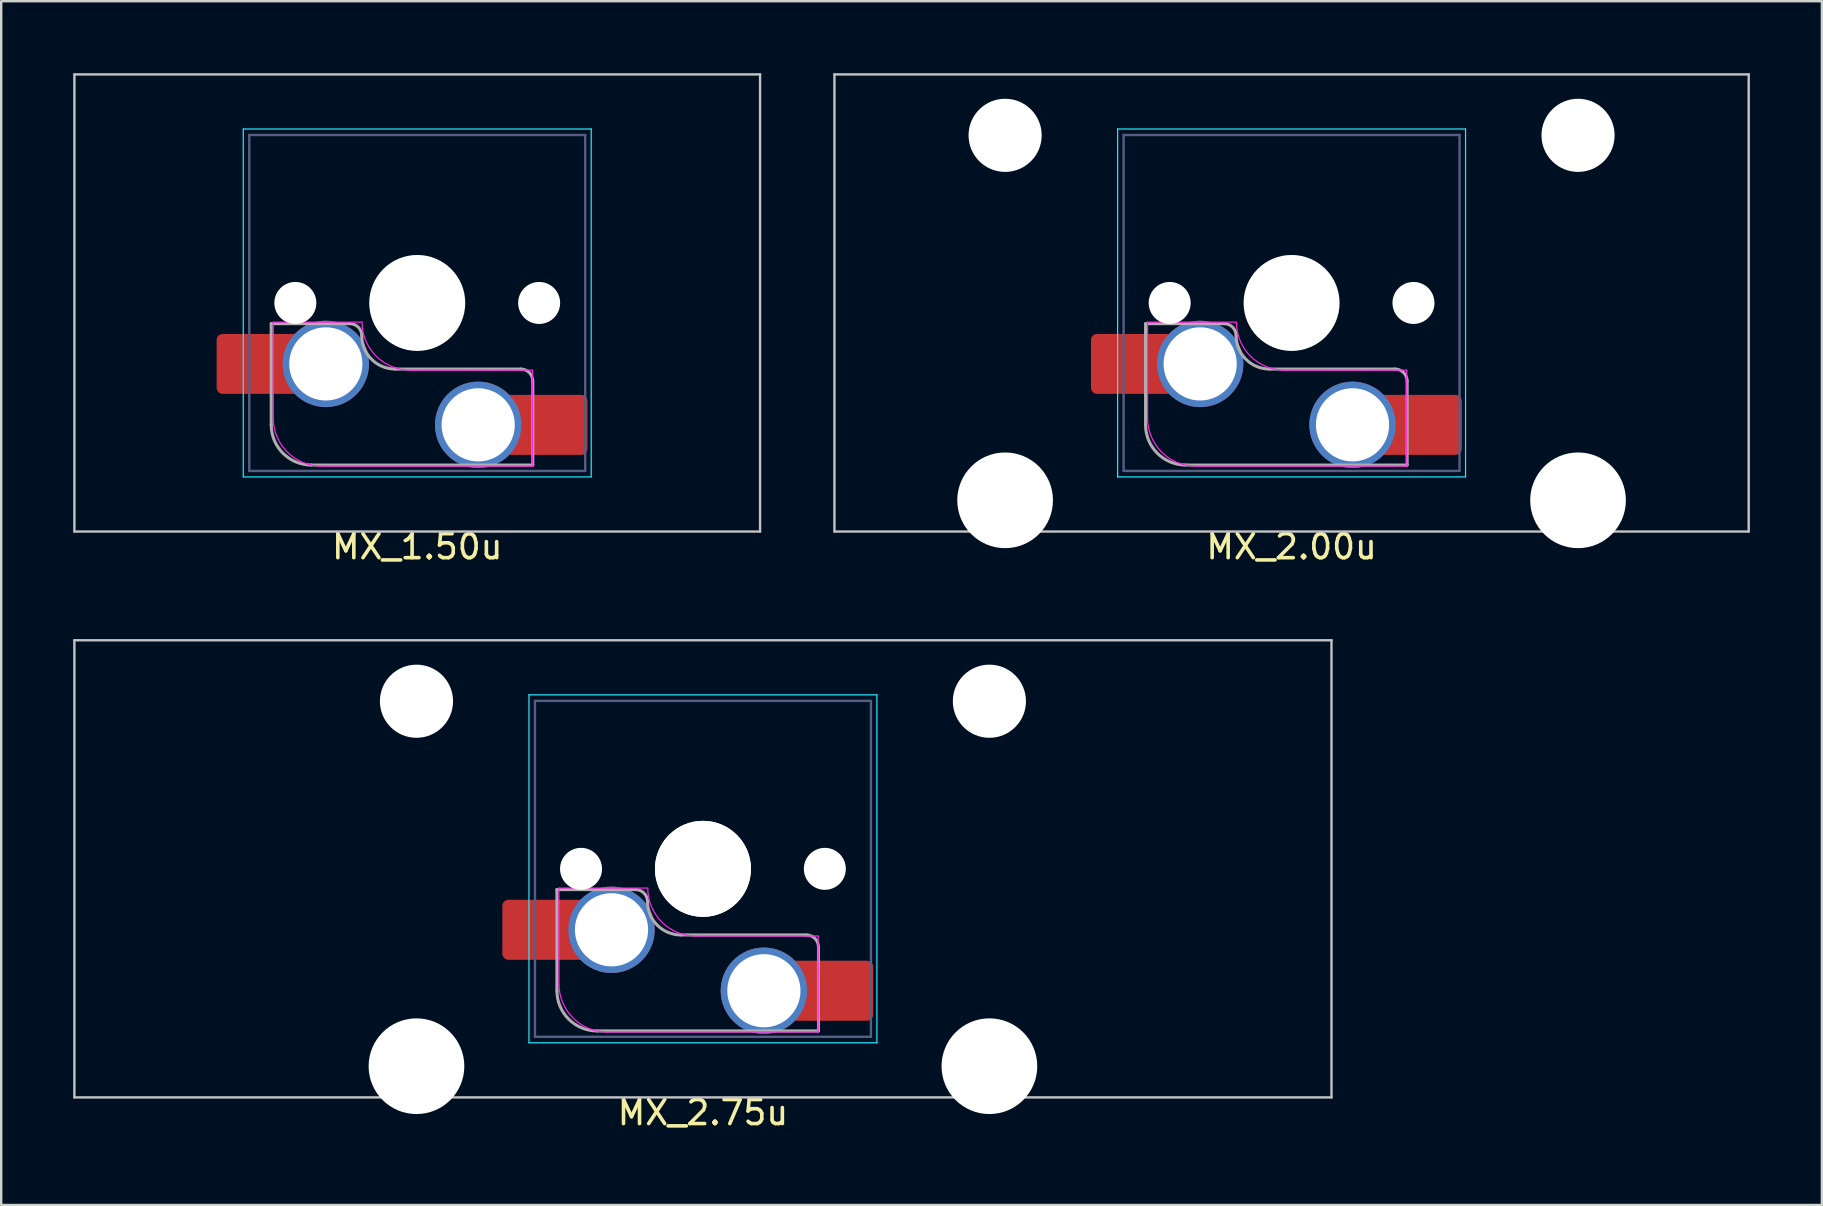
<source format=kicad_pcb>
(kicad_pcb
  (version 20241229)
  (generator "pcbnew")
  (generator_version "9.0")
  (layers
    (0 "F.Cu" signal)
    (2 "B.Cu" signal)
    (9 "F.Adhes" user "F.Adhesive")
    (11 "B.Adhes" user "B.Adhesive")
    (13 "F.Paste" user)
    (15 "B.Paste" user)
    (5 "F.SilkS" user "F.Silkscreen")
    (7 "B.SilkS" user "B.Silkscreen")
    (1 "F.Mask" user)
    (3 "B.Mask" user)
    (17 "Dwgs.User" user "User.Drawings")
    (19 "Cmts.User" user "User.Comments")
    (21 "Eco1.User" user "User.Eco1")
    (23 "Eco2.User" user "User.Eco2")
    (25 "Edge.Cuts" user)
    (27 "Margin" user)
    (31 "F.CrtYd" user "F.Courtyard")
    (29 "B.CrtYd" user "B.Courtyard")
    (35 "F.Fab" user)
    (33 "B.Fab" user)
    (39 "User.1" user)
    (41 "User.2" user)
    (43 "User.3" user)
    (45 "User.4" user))
  (footprint "MX_2.00u"
    (layer "F.Cu")
    (at 50.14 13.385)
    (property "Reference" "MX_2.00u" (at 0.635 6.35 0) (layer "F.SilkS") (effects (font (size 1 1) (thickness 0.15))))
    (attr smd)
    (fp_line (start -18.415 -13.335) (end -18.415 5.715) (stroke (width 0.1) (type solid)) (layer "Dwgs.User"))
    (fp_line (start -18.415 5.715) (end 19.685 5.715) (stroke (width 0.1) (type solid)) (layer "Dwgs.User"))
    (fp_line (start 19.685 -13.335) (end -18.415 -13.335) (stroke (width 0.1) (type solid)) (layer "Dwgs.User"))
    (fp_line (start 19.685 5.715) (end 19.685 -13.335) (stroke (width 0.1) (type solid)) (layer "Dwgs.User"))
    (fp_line (start -14.678 -9.34) (end -14.678 2.96) (stroke (width 0.1) (type solid)) (layer "Eco1.User"))
    (fp_line (start -14.678 2.96) (end -7.928 2.96) (stroke (width 0.1) (type solid)) (layer "Eco1.User"))
    (fp_line (start -7.928 -9.34) (end -14.678 -9.34) (stroke (width 0.1) (type solid)) (layer "Eco1.User"))
    (fp_line (start -7.928 2.96) (end -7.928 -9.34) (stroke (width 0.1) (type solid)) (layer "Eco1.User"))
    (fp_line (start 9.198 -9.34) (end 9.198 2.96) (stroke (width 0.1) (type solid)) (layer "Eco1.User"))
    (fp_line (start 9.198 2.96) (end 15.948 2.96) (stroke (width 0.1) (type solid)) (layer "Eco1.User"))
    (fp_line (start 15.948 -9.34) (end 9.198 -9.34) (stroke (width 0.1) (type solid)) (layer "Eco1.User"))
    (fp_line (start 15.948 2.96) (end 15.948 -9.34) (stroke (width 0.1) (type solid)) (layer "Eco1.User"))
    (fp_line (start -6.615 -11.06) (end -6.615 3.44) (stroke (width 0.05) (type solid)) (layer "B.CrtYd"))
    (fp_line (start -6.615 3.44) (end 7.885 3.44) (stroke (width 0.05) (type solid)) (layer "B.CrtYd"))
    (fp_line (start 7.885 -11.06) (end -6.615 -11.06) (stroke (width 0.05) (type solid)) (layer "B.CrtYd"))
    (fp_line (start 7.885 3.44) (end 7.885 -11.06) (stroke (width 0.05) (type solid)) (layer "B.CrtYd"))
    (fp_line (start -5.365 0.99) (end -5.365 -3.01) (stroke (width 0.05) (type solid)) (layer "F.CrtYd"))
    (fp_line (start -1.665 -3.01) (end -5.365 -3.01) (stroke (width 0.05) (type solid)) (layer "F.CrtYd"))
    (fp_line (start 5.435 -1.01) (end 0.335 -1.01) (stroke (width 0.05) (type solid)) (layer "F.CrtYd"))
    (fp_line (start 5.435 -1.01) (end 5.435 2.99) (stroke (width 0.05) (type solid)) (layer "F.CrtYd"))
    (fp_line (start 5.435 2.99) (end -3.365 2.99) (stroke (width 0.05) (type solid)) (layer "F.CrtYd"))
    (fp_arc (start -3.365 2.99) (mid -4.779214 2.404214) (end -5.365 0.99) (stroke (width 0.05) (type solid)) (layer "F.CrtYd"))
    (fp_arc (start 0.335 -1.01) (mid -1.079214 -1.595786) (end -1.665 -3.01) (stroke (width 0.05) (type solid)) (layer "F.CrtYd"))
    (fp_line (start -6.365 -10.81) (end -6.365 3.19) (stroke (width 0.1) (type solid)) (layer "B.Fab"))
    (fp_line (start -6.365 3.19) (end 7.635 3.19) (stroke (width 0.1) (type solid)) (layer "B.Fab"))
    (fp_line (start 7.635 -10.81) (end -6.365 -10.81) (stroke (width 0.1) (type solid)) (layer "B.Fab"))
    (fp_line (start 7.635 3.19) (end 7.635 -10.81) (stroke (width 0.1) (type solid)) (layer "B.Fab"))
    (fp_line (start -5.45 -2.945) (end -2.175 -2.945) (stroke (width 0.127) (type solid)) (layer "F.Fab"))
    (fp_line (start -5.45 1.27) (end -5.45 -2.945) (stroke (width 0.127) (type solid)) (layer "F.Fab"))
    (fp_line (start -0.285 -1.055) (end 4.95 -1.055) (stroke (width 0.127) (type solid)) (layer "F.Fab"))
    (fp_line (start 5.45 -0.555) (end 5.45 2.945) (stroke (width 0.127) (type solid)) (layer "F.Fab"))
    (fp_line (start 5.45 2.945) (end -3.775 2.945) (stroke (width 0.127) (type solid)) (layer "F.Fab"))
    (fp_arc (start -3.775 2.945) (mid -4.959404 2.454404) (end -5.45 1.27) (stroke (width 0.127) (type solid)) (layer "F.Fab"))
    (fp_arc (start -2.175 -2.945) (mid -1.821447 -2.798553) (end -1.675 -2.445) (stroke (width 0.127) (type solid)) (layer "F.Fab"))
    (fp_arc (start -0.285 -1.055) (mid -1.267878 -1.462122) (end -1.675 -2.445) (stroke (width 0.127) (type solid)) (layer "F.Fab"))
    (fp_arc (start 4.95 -1.055) (mid 5.303553 -0.908553) (end 5.45 -0.555) (stroke (width 0.127) (type solid)) (layer "F.Fab"))
    (pad "" np_thru_hole circle (at -11.303 -10.795) (size 3.048 3.048) (drill 3.048) (layers "*.Cu" "*.Mask"))
    (pad "" np_thru_hole circle (at -11.303 4.415) (size 3.988 3.988) (drill 3.988) (layers "*.Cu" "*.Mask"))
    (pad "" np_thru_hole circle (at -4.445 -3.81 180) (size 1.75 1.75) (drill 1.75) (layers "*.Cu" "*.Mask"))
    (pad "" np_thru_hole circle (at 0.635 -3.81 180) (size 4 4) (drill 4) (layers "*.Cu" "*.Mask"))
    (pad "" np_thru_hole circle (at 5.715 -3.81 180) (size 1.75 1.75) (drill 1.75) (layers "*.Cu" "*.Mask"))
    (pad "" np_thru_hole circle (at 12.573 -10.795) (size 3.048 3.048) (drill 3.048) (layers "*.Cu" "*.Mask"))
    (pad "" np_thru_hole circle (at 12.573 4.415) (size 3.988 3.988) (drill 3.988) (layers "*.Cu" "*.Mask"))
    (pad "1" smd roundrect (at -5.95 -1.27 180) (size 3.55 2.5) (layers "F.Cu") (roundrect_rratio 0.1))
    (pad "1" thru_hole circle (at -3.175 -1.27 180) (size 3.6 3.6) (drill 3.05) (layers "*.Cu" "*.Mask"))
    (pad "2" thru_hole circle (at 3.175 1.27 180) (size 3.6 3.6) (drill 3.05) (layers "*.Cu" "*.Mask"))
    (pad "2" smd roundrect (at 5.955 1.27 180) (size 3.55 2.5) (layers "F.Cu") (roundrect_rratio 0.1)))
  (footprint "MX_1.50u"
    (layer "F.Cu")
    (at 13.703 13.385)
    (property "Reference" "MX_1.50u" (at 0.635 6.35 0) (layer "F.SilkS") (effects (font (size 1 1) (thickness 0.15))))
    (attr smd)
    (fp_line (start -13.652 -13.335) (end -13.652 5.715) (stroke (width 0.1) (type solid)) (layer "Dwgs.User"))
    (fp_line (start -13.652 5.715) (end 14.922 5.715) (stroke (width 0.1) (type solid)) (layer "Dwgs.User"))
    (fp_line (start 14.922 -13.335) (end -13.652 -13.335) (stroke (width 0.1) (type solid)) (layer "Dwgs.User"))
    (fp_line (start 14.922 5.715) (end 14.922 -13.335) (stroke (width 0.1) (type solid)) (layer "Dwgs.User"))
    (fp_line (start -6.615 -11.06) (end -6.615 3.44) (stroke (width 0.05) (type solid)) (layer "B.CrtYd"))
    (fp_line (start -6.615 3.44) (end 7.885 3.44) (stroke (width 0.05) (type solid)) (layer "B.CrtYd"))
    (fp_line (start 7.885 -11.06) (end -6.615 -11.06) (stroke (width 0.05) (type solid)) (layer "B.CrtYd"))
    (fp_line (start 7.885 3.44) (end 7.885 -11.06) (stroke (width 0.05) (type solid)) (layer "B.CrtYd"))
    (fp_line (start -5.365 0.99) (end -5.365 -3.01) (stroke (width 0.05) (type solid)) (layer "F.CrtYd"))
    (fp_line (start -1.665 -3.01) (end -5.365 -3.01) (stroke (width 0.05) (type solid)) (layer "F.CrtYd"))
    (fp_line (start 5.435 -1.01) (end 0.335 -1.01) (stroke (width 0.05) (type solid)) (layer "F.CrtYd"))
    (fp_line (start 5.435 -1.01) (end 5.435 2.99) (stroke (width 0.05) (type solid)) (layer "F.CrtYd"))
    (fp_line (start 5.435 2.99) (end -3.365 2.99) (stroke (width 0.05) (type solid)) (layer "F.CrtYd"))
    (fp_arc (start -3.365 2.99) (mid -4.779214 2.404214) (end -5.365 0.99) (stroke (width 0.05) (type solid)) (layer "F.CrtYd"))
    (fp_arc (start 0.335 -1.01) (mid -1.079214 -1.595786) (end -1.665 -3.01) (stroke (width 0.05) (type solid)) (layer "F.CrtYd"))
    (fp_line (start -6.365 -10.81) (end -6.365 3.19) (stroke (width 0.1) (type solid)) (layer "B.Fab"))
    (fp_line (start -6.365 3.19) (end 7.635 3.19) (stroke (width 0.1) (type solid)) (layer "B.Fab"))
    (fp_line (start 7.635 -10.81) (end -6.365 -10.81) (stroke (width 0.1) (type solid)) (layer "B.Fab"))
    (fp_line (start 7.635 3.19) (end 7.635 -10.81) (stroke (width 0.1) (type solid)) (layer "B.Fab"))
    (fp_line (start -5.45 -2.945) (end -2.175 -2.945) (stroke (width 0.127) (type solid)) (layer "F.Fab"))
    (fp_line (start -5.45 1.27) (end -5.45 -2.945) (stroke (width 0.127) (type solid)) (layer "F.Fab"))
    (fp_line (start -0.285 -1.055) (end 4.95 -1.055) (stroke (width 0.127) (type solid)) (layer "F.Fab"))
    (fp_line (start 5.45 -0.555) (end 5.45 2.945) (stroke (width 0.127) (type solid)) (layer "F.Fab"))
    (fp_line (start 5.45 2.945) (end -3.775 2.945) (stroke (width 0.127) (type solid)) (layer "F.Fab"))
    (fp_arc (start -3.775 2.945) (mid -4.959404 2.454404) (end -5.45 1.27) (stroke (width 0.127) (type solid)) (layer "F.Fab"))
    (fp_arc (start -2.175 -2.945) (mid -1.821447 -2.798553) (end -1.675 -2.445) (stroke (width 0.127) (type solid)) (layer "F.Fab"))
    (fp_arc (start -0.285 -1.055) (mid -1.267878 -1.462122) (end -1.675 -2.445) (stroke (width 0.127) (type solid)) (layer "F.Fab"))
    (fp_arc (start 4.95 -1.055) (mid 5.303553 -0.908553) (end 5.45 -0.555) (stroke (width 0.127) (type solid)) (layer "F.Fab"))
    (pad "" np_thru_hole circle (at -4.445 -3.81 180) (size 1.75 1.75) (drill 1.75) (layers "*.Cu" "*.Mask"))
    (pad "" np_thru_hole circle (at 0.635 -3.81 180) (size 4 4) (drill 4) (layers "*.Cu" "*.Mask"))
    (pad "" np_thru_hole circle (at 5.715 -3.81 180) (size 1.75 1.75) (drill 1.75) (layers "*.Cu" "*.Mask"))
    (pad "1" smd roundrect (at -5.95 -1.27 180) (size 3.55 2.5) (layers "F.Cu") (roundrect_rratio 0.1))
    (pad "1" thru_hole circle (at -3.175 -1.27 180) (size 3.6 3.6) (drill 3.05) (layers "*.Cu" "*.Mask"))
    (pad "2" thru_hole circle (at 3.175 1.27 180) (size 3.6 3.6) (drill 3.05) (layers "*.Cu" "*.Mask"))
    (pad "2" smd roundrect (at 5.955 1.27 180) (size 3.55 2.5) (layers "F.Cu") (roundrect_rratio 0.1)))
  (footprint "MX_2.75u"
    (layer "F.Cu")
    (at 25.609 36.968)
    (property "Reference" "MX_2.75u" (at 0.635 6.35 0) (layer "F.SilkS") (effects (font (size 1 1) (thickness 0.15))))
    (attr smd)
    (fp_line (start -25.559 -13.335) (end -25.559 5.715) (stroke (width 0.1) (type solid)) (layer "Dwgs.User"))
    (fp_line (start -25.559 5.715) (end 26.829 5.715) (stroke (width 0.1) (type solid)) (layer "Dwgs.User"))
    (fp_line (start 26.829 -13.335) (end -25.559 -13.335) (stroke (width 0.1) (type solid)) (layer "Dwgs.User"))
    (fp_line (start 26.829 5.715) (end 26.829 -13.335) (stroke (width 0.1) (type solid)) (layer "Dwgs.User"))
    (fp_line (start -14.678 -9.34) (end -14.678 2.96) (stroke (width 0.1) (type solid)) (layer "Eco1.User"))
    (fp_line (start -14.678 2.96) (end -7.928 2.96) (stroke (width 0.1) (type solid)) (layer "Eco1.User"))
    (fp_line (start -7.928 -9.34) (end -14.678 -9.34) (stroke (width 0.1) (type solid)) (layer "Eco1.User"))
    (fp_line (start -7.928 2.96) (end -7.928 -9.34) (stroke (width 0.1) (type solid)) (layer "Eco1.User"))
    (fp_line (start 9.198 -9.34) (end 9.198 2.96) (stroke (width 0.1) (type solid)) (layer "Eco1.User"))
    (fp_line (start 9.198 2.96) (end 15.948 2.96) (stroke (width 0.1) (type solid)) (layer "Eco1.User"))
    (fp_line (start 15.948 -9.34) (end 9.198 -9.34) (stroke (width 0.1) (type solid)) (layer "Eco1.User"))
    (fp_line (start 15.948 2.96) (end 15.948 -9.34) (stroke (width 0.1) (type solid)) (layer "Eco1.User"))
    (fp_line (start -6.615 -11.06) (end -6.615 3.44) (stroke (width 0.05) (type solid)) (layer "B.CrtYd"))
    (fp_line (start -6.615 3.44) (end 7.885 3.44) (stroke (width 0.05) (type solid)) (layer "B.CrtYd"))
    (fp_line (start 7.885 -11.06) (end -6.615 -11.06) (stroke (width 0.05) (type solid)) (layer "B.CrtYd"))
    (fp_line (start 7.885 3.44) (end 7.885 -11.06) (stroke (width 0.05) (type solid)) (layer "B.CrtYd"))
    (fp_line (start -5.365 0.99) (end -5.365 -3.01) (stroke (width 0.05) (type solid)) (layer "F.CrtYd"))
    (fp_line (start -1.665 -3.01) (end -5.365 -3.01) (stroke (width 0.05) (type solid)) (layer "F.CrtYd"))
    (fp_line (start 5.435 -1.01) (end 0.335 -1.01) (stroke (width 0.05) (type solid)) (layer "F.CrtYd"))
    (fp_line (start 5.435 -1.01) (end 5.435 2.99) (stroke (width 0.05) (type solid)) (layer "F.CrtYd"))
    (fp_line (start 5.435 2.99) (end -3.365 2.99) (stroke (width 0.05) (type solid)) (layer "F.CrtYd"))
    (fp_arc (start -3.365 2.99) (mid -4.779214 2.404214) (end -5.365 0.99) (stroke (width 0.05) (type solid)) (layer "F.CrtYd"))
    (fp_arc (start 0.335 -1.01) (mid -1.079214 -1.595786) (end -1.665 -3.01) (stroke (width 0.05) (type solid)) (layer "F.CrtYd"))
    (fp_line (start -6.365 -10.81) (end -6.365 3.19) (stroke (width 0.1) (type solid)) (layer "B.Fab"))
    (fp_line (start -6.365 3.19) (end 7.635 3.19) (stroke (width 0.1) (type solid)) (layer "B.Fab"))
    (fp_line (start 7.635 -10.81) (end -6.365 -10.81) (stroke (width 0.1) (type solid)) (layer "B.Fab"))
    (fp_line (start 7.635 3.19) (end 7.635 -10.81) (stroke (width 0.1) (type solid)) (layer "B.Fab"))
    (fp_line (start -5.45 -2.945) (end -2.175 -2.945) (stroke (width 0.127) (type solid)) (layer "F.Fab"))
    (fp_line (start -5.45 1.27) (end -5.45 -2.945) (stroke (width 0.127) (type solid)) (layer "F.Fab"))
    (fp_line (start -0.285 -1.055) (end 4.95 -1.055) (stroke (width 0.127) (type solid)) (layer "F.Fab"))
    (fp_line (start 5.45 -0.555) (end 5.45 2.945) (stroke (width 0.127) (type solid)) (layer "F.Fab"))
    (fp_line (start 5.45 2.945) (end -3.775 2.945) (stroke (width 0.127) (type solid)) (layer "F.Fab"))
    (fp_arc (start -3.775 2.945) (mid -4.959404 2.454404) (end -5.45 1.27) (stroke (width 0.127) (type solid)) (layer "F.Fab"))
    (fp_arc (start -2.175 -2.945) (mid -1.821447 -2.798553) (end -1.675 -2.445) (stroke (width 0.127) (type solid)) (layer "F.Fab"))
    (fp_arc (start -0.285 -1.055) (mid -1.267878 -1.462122) (end -1.675 -2.445) (stroke (width 0.127) (type solid)) (layer "F.Fab"))
    (fp_arc (start 4.95 -1.055) (mid 5.303553 -0.908553) (end 5.45 -0.555) (stroke (width 0.127) (type solid)) (layer "F.Fab"))
    (pad "" np_thru_hole circle (at -11.303 -10.795) (size 3.048 3.048) (drill 3.048) (layers "*.Cu" "*.Mask"))
    (pad "" np_thru_hole circle (at -11.303 4.415) (size 3.988 3.988) (drill 3.988) (layers "*.Cu" "*.Mask"))
    (pad "" np_thru_hole circle (at -4.445 -3.81 180) (size 1.75 1.75) (drill 1.75) (layers "*.Cu" "*.Mask"))
    (pad "" np_thru_hole circle (at 0.635 -3.81 180) (size 4 4) (drill 4) (layers "*.Cu" "*.Mask"))
    (pad "" np_thru_hole circle (at 0.635 -3.81 180) (size 4 4) (drill 4) (layers "*.Cu" "*.Mask"))
    (pad "" np_thru_hole circle (at 5.715 -3.81 180) (size 1.75 1.75) (drill 1.75) (layers "*.Cu" "*.Mask"))
    (pad "" np_thru_hole circle (at 12.573 -10.795) (size 3.048 3.048) (drill 3.048) (layers "*.Cu" "*.Mask"))
    (pad "" np_thru_hole circle (at 12.573 4.415) (size 3.988 3.988) (drill 3.988) (layers "*.Cu" "*.Mask"))
    (pad "1" smd roundrect (at -5.95 -1.27 180) (size 3.55 2.5) (layers "F.Cu") (roundrect_rratio 0.1))
    (pad "1" thru_hole circle (at -3.175 -1.27 180) (size 3.6 3.6) (drill 3.05) (layers "*.Cu" "*.Mask"))
    (pad "2" thru_hole circle (at 3.175 1.27 180) (size 3.6 3.6) (drill 3.05) (layers "*.Cu" "*.Mask"))
    (pad "2" smd roundrect (at 5.955 1.27 180) (size 3.55 2.5) (layers "F.Cu") (roundrect_rratio 0.1)))
  (gr_rect
    (start -3 -3)
    (end 72.875 47.166)
    (stroke (width 0.1) (type default))
    (fill no)
    (layer "Edge.Cuts")))
</source>
